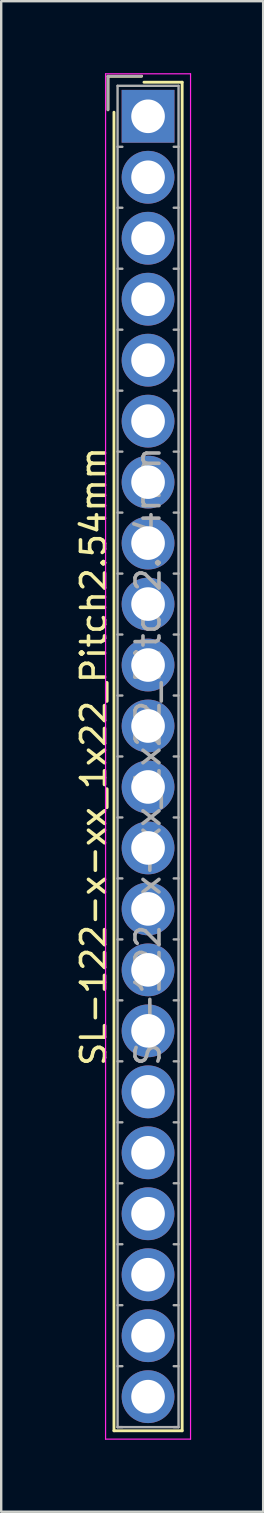
<source format=kicad_pcb>
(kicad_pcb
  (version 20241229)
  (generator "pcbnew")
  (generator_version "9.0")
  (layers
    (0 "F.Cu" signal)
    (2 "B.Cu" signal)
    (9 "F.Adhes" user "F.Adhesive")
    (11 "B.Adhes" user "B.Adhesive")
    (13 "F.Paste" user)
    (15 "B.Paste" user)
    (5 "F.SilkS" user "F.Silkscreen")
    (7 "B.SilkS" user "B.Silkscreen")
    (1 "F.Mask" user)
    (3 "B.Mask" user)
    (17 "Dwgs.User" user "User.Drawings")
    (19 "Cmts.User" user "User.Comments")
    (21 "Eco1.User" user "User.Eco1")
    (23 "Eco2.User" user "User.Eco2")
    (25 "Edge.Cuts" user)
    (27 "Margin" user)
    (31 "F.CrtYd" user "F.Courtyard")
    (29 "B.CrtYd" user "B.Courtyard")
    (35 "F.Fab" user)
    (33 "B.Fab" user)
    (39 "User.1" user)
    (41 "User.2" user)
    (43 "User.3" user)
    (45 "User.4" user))
  (footprint "SL-122-x-xx_1x22_Pitch2.54mm"
    (layer "F.Cu")
    (at 3.118 1.795)
    (property "Reference" "SL-122-x-xx_1x22_Pitch2.54mm" (at -2.27 26.67 90) (layer "F.SilkS") (effects (font (size 1 1) (thickness 0.15))))
    (attr through_hole)
    (fp_line (start -1.67 -1.67) (end -1.67 -0.27) (stroke (width 0.12) (type solid)) (layer "F.SilkS"))
    (fp_line (start -1.42 54.76) (end -1.42 -0.17) (stroke (width 0.12) (type solid)) (layer "F.SilkS"))
    (fp_line (start -0.27 -1.67) (end -1.67 -1.67) (stroke (width 0.12) (type solid)) (layer "F.SilkS"))
    (fp_line (start -0.17 -1.42) (end 1.42 -1.42) (stroke (width 0.12) (type solid)) (layer "F.SilkS"))
    (fp_line (start 1.42 -1.42) (end 1.42 54.76) (stroke (width 0.12) (type solid)) (layer "F.SilkS"))
    (fp_line (start 1.42 54.76) (end -1.42 54.76) (stroke (width 0.12) (type solid)) (layer "F.SilkS"))
    (fp_line (start -1.77 -1.77) (end -1.77 55.11) (stroke (width 0.05) (type solid)) (layer "F.CrtYd"))
    (fp_line (start -1.77 55.11) (end 1.77 55.11) (stroke (width 0.05) (type solid)) (layer "F.CrtYd"))
    (fp_line (start 1.77 -1.77) (end -1.77 -1.77) (stroke (width 0.05) (type solid)) (layer "F.CrtYd"))
    (fp_line (start 1.77 55.11) (end 1.77 -1.77) (stroke (width 0.05) (type solid)) (layer "F.CrtYd"))
    (fp_line (start -1.67 -1.67) (end -1.67 -0.27) (stroke (width 0.1) (type solid)) (layer "F.Fab"))
    (fp_line (start -1.27 -1.27) (end -1.27 54.61) (stroke (width 0.1) (type solid)) (layer "F.Fab"))
    (fp_line (start -1.27 1.27) (end -1.07 1.27) (stroke (width 0.1) (type solid)) (layer "F.Fab"))
    (fp_line (start -1.27 3.81) (end -1.07 3.81) (stroke (width 0.1) (type solid)) (layer "F.Fab"))
    (fp_line (start -1.27 6.35) (end -1.07 6.35) (stroke (width 0.1) (type solid)) (layer "F.Fab"))
    (fp_line (start -1.27 8.89) (end -1.07 8.89) (stroke (width 0.1) (type solid)) (layer "F.Fab"))
    (fp_line (start -1.27 11.43) (end -1.07 11.43) (stroke (width 0.1) (type solid)) (layer "F.Fab"))
    (fp_line (start -1.27 13.97) (end -1.07 13.97) (stroke (width 0.1) (type solid)) (layer "F.Fab"))
    (fp_line (start -1.27 16.51) (end -1.07 16.51) (stroke (width 0.1) (type solid)) (layer "F.Fab"))
    (fp_line (start -1.27 19.05) (end -1.07 19.05) (stroke (width 0.1) (type solid)) (layer "F.Fab"))
    (fp_line (start -1.27 21.59) (end -1.07 21.59) (stroke (width 0.1) (type solid)) (layer "F.Fab"))
    (fp_line (start -1.27 24.13) (end -1.07 24.13) (stroke (width 0.1) (type solid)) (layer "F.Fab"))
    (fp_line (start -1.27 26.67) (end -1.07 26.67) (stroke (width 0.1) (type solid)) (layer "F.Fab"))
    (fp_line (start -1.27 29.21) (end -1.07 29.21) (stroke (width 0.1) (type solid)) (layer "F.Fab"))
    (fp_line (start -1.27 31.75) (end -1.07 31.75) (stroke (width 0.1) (type solid)) (layer "F.Fab"))
    (fp_line (start -1.27 34.29) (end -1.07 34.29) (stroke (width 0.1) (type solid)) (layer "F.Fab"))
    (fp_line (start -1.27 36.83) (end -1.07 36.83) (stroke (width 0.1) (type solid)) (layer "F.Fab"))
    (fp_line (start -1.27 39.37) (end -1.07 39.37) (stroke (width 0.1) (type solid)) (layer "F.Fab"))
    (fp_line (start -1.27 41.91) (end -1.07 41.91) (stroke (width 0.1) (type solid)) (layer "F.Fab"))
    (fp_line (start -1.27 44.45) (end -1.07 44.45) (stroke (width 0.1) (type solid)) (layer "F.Fab"))
    (fp_line (start -1.27 46.99) (end -1.07 46.99) (stroke (width 0.1) (type solid)) (layer "F.Fab"))
    (fp_line (start -1.27 49.53) (end -1.07 49.53) (stroke (width 0.1) (type solid)) (layer "F.Fab"))
    (fp_line (start -1.27 52.07) (end -1.07 52.07) (stroke (width 0.1) (type solid)) (layer "F.Fab"))
    (fp_line (start -1.27 54.61) (end -1.07 54.61) (stroke (width 0.1) (type solid)) (layer "F.Fab"))
    (fp_line (start -1.27 54.61) (end 1.27 54.61) (stroke (width 0.1) (type solid)) (layer "F.Fab"))
    (fp_line (start -0.27 -1.67) (end -1.67 -1.67) (stroke (width 0.1) (type solid)) (layer "F.Fab"))
    (fp_line (start 1.27 -1.27) (end -1.27 -1.27) (stroke (width 0.1) (type solid)) (layer "F.Fab"))
    (fp_line (start 1.27 1.27) (end 1.07 1.27) (stroke (width 0.1) (type solid)) (layer "F.Fab"))
    (fp_line (start 1.27 3.81) (end 1.07 3.81) (stroke (width 0.1) (type solid)) (layer "F.Fab"))
    (fp_line (start 1.27 6.35) (end 1.07 6.35) (stroke (width 0.1) (type solid)) (layer "F.Fab"))
    (fp_line (start 1.27 8.89) (end 1.07 8.89) (stroke (width 0.1) (type solid)) (layer "F.Fab"))
    (fp_line (start 1.27 11.43) (end 1.07 11.43) (stroke (width 0.1) (type solid)) (layer "F.Fab"))
    (fp_line (start 1.27 13.97) (end 1.07 13.97) (stroke (width 0.1) (type solid)) (layer "F.Fab"))
    (fp_line (start 1.27 16.51) (end 1.07 16.51) (stroke (width 0.1) (type solid)) (layer "F.Fab"))
    (fp_line (start 1.27 19.05) (end 1.07 19.05) (stroke (width 0.1) (type solid)) (layer "F.Fab"))
    (fp_line (start 1.27 21.59) (end 1.07 21.59) (stroke (width 0.1) (type solid)) (layer "F.Fab"))
    (fp_line (start 1.27 24.13) (end 1.07 24.13) (stroke (width 0.1) (type solid)) (layer "F.Fab"))
    (fp_line (start 1.27 26.67) (end 1.07 26.67) (stroke (width 0.1) (type solid)) (layer "F.Fab"))
    (fp_line (start 1.27 29.21) (end 1.07 29.21) (stroke (width 0.1) (type solid)) (layer "F.Fab"))
    (fp_line (start 1.27 31.75) (end 1.07 31.75) (stroke (width 0.1) (type solid)) (layer "F.Fab"))
    (fp_line (start 1.27 34.29) (end 1.07 34.29) (stroke (width 0.1) (type solid)) (layer "F.Fab"))
    (fp_line (start 1.27 36.83) (end 1.07 36.83) (stroke (width 0.1) (type solid)) (layer "F.Fab"))
    (fp_line (start 1.27 39.37) (end 1.07 39.37) (stroke (width 0.1) (type solid)) (layer "F.Fab"))
    (fp_line (start 1.27 41.91) (end 1.07 41.91) (stroke (width 0.1) (type solid)) (layer "F.Fab"))
    (fp_line (start 1.27 44.45) (end 1.07 44.45) (stroke (width 0.1) (type solid)) (layer "F.Fab"))
    (fp_line (start 1.27 46.99) (end 1.07 46.99) (stroke (width 0.1) (type solid)) (layer "F.Fab"))
    (fp_line (start 1.27 49.53) (end 1.07 49.53) (stroke (width 0.1) (type solid)) (layer "F.Fab"))
    (fp_line (start 1.27 52.07) (end 1.07 52.07) (stroke (width 0.1) (type solid)) (layer "F.Fab"))
    (fp_line (start 1.27 54.61) (end 1.07 54.61) (stroke (width 0.1) (type solid)) (layer "F.Fab"))
    (fp_line (start 1.27 54.61) (end 1.27 -1.27) (stroke (width 0.1) (type solid)) (layer "F.Fab"))
    (fp_text user "${REFERENCE}" (at 0 26.67 90) (layer "F.Fab") (effects (font (size 1 1) (thickness 0.15))))
    (pad "1" thru_hole rect (at 0 0) (size 2.2 2.2) (drill 1.4) (layers "*.Cu" "*.Mask"))
    (pad "2" thru_hole circle (at 0 2.54) (size 2.2 2.2) (drill 1.4) (layers "*.Cu" "*.Mask"))
    (pad "3" thru_hole circle (at 0 5.08) (size 2.2 2.2) (drill 1.4) (layers "*.Cu" "*.Mask"))
    (pad "4" thru_hole circle (at 0 7.62) (size 2.2 2.2) (drill 1.4) (layers "*.Cu" "*.Mask"))
    (pad "5" thru_hole circle (at 0 10.16) (size 2.2 2.2) (drill 1.4) (layers "*.Cu" "*.Mask"))
    (pad "6" thru_hole circle (at 0 12.7) (size 2.2 2.2) (drill 1.4) (layers "*.Cu" "*.Mask"))
    (pad "7" thru_hole circle (at 0 15.24) (size 2.2 2.2) (drill 1.4) (layers "*.Cu" "*.Mask"))
    (pad "8" thru_hole circle (at 0 17.78) (size 2.2 2.2) (drill 1.4) (layers "*.Cu" "*.Mask"))
    (pad "9" thru_hole circle (at 0 20.32) (size 2.2 2.2) (drill 1.4) (layers "*.Cu" "*.Mask"))
    (pad "10" thru_hole circle (at 0 22.86) (size 2.2 2.2) (drill 1.4) (layers "*.Cu" "*.Mask"))
    (pad "11" thru_hole circle (at 0 25.4) (size 2.2 2.2) (drill 1.4) (layers "*.Cu" "*.Mask"))
    (pad "12" thru_hole circle (at 0 27.94) (size 2.2 2.2) (drill 1.4) (layers "*.Cu" "*.Mask"))
    (pad "13" thru_hole circle (at 0 30.48) (size 2.2 2.2) (drill 1.4) (layers "*.Cu" "*.Mask"))
    (pad "14" thru_hole circle (at 0 33.02) (size 2.2 2.2) (drill 1.4) (layers "*.Cu" "*.Mask"))
    (pad "15" thru_hole circle (at 0 35.56) (size 2.2 2.2) (drill 1.4) (layers "*.Cu" "*.Mask"))
    (pad "16" thru_hole circle (at 0 38.1) (size 2.2 2.2) (drill 1.4) (layers "*.Cu" "*.Mask"))
    (pad "17" thru_hole circle (at 0 40.64) (size 2.2 2.2) (drill 1.4) (layers "*.Cu" "*.Mask"))
    (pad "18" thru_hole circle (at 0 43.18) (size 2.2 2.2) (drill 1.4) (layers "*.Cu" "*.Mask"))
    (pad "19" thru_hole circle (at 0 45.72) (size 2.2 2.2) (drill 1.4) (layers "*.Cu" "*.Mask"))
    (pad "20" thru_hole circle (at 0 48.26) (size 2.2 2.2) (drill 1.4) (layers "*.Cu" "*.Mask"))
    (pad "21" thru_hole circle (at 0 50.8) (size 2.2 2.2) (drill 1.4) (layers "*.Cu" "*.Mask"))
    (pad "22" thru_hole circle (at 0 53.34) (size 2.2 2.2) (drill 1.4) (layers "*.Cu" "*.Mask")))
  (gr_rect
    (start -3 -3)
    (end 7.913 59.93)
    (stroke (width 0.1) (type default))
    (fill no)
    (layer "Edge.Cuts")))
</source>
